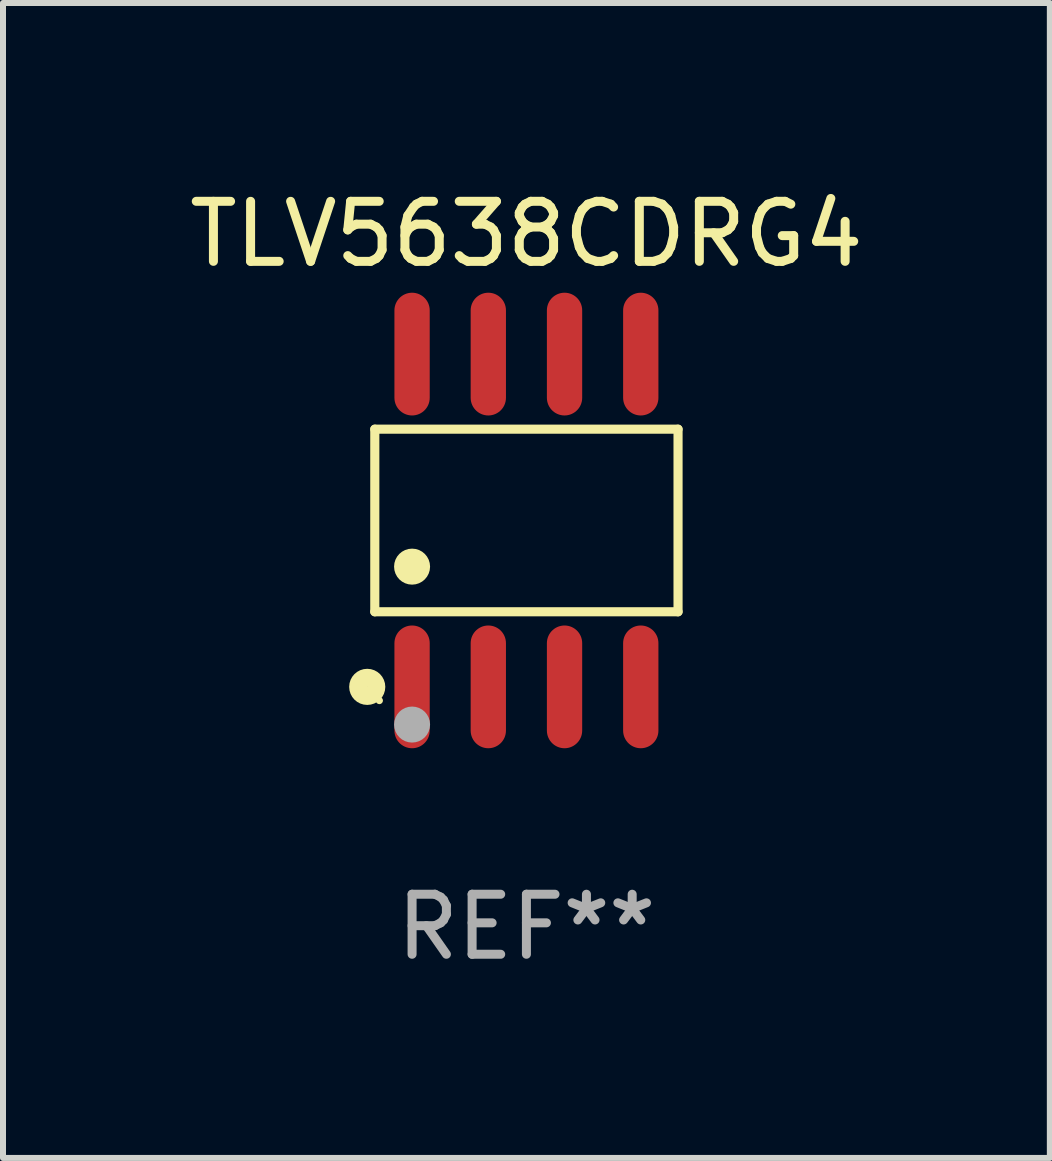
<source format=kicad_pcb>
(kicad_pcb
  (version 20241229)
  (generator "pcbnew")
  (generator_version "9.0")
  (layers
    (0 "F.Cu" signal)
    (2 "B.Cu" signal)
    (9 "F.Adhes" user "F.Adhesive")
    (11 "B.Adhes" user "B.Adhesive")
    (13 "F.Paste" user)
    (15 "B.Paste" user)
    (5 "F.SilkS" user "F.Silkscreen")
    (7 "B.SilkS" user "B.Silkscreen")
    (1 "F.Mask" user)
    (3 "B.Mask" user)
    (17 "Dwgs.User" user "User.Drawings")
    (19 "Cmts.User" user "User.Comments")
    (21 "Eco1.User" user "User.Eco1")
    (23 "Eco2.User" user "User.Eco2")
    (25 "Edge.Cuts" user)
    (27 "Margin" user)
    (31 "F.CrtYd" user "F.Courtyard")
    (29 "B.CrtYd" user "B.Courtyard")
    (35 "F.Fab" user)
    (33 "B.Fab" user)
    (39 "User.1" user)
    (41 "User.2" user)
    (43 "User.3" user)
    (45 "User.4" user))
  (footprint "TLV5638CDRG4"
    (layer "F.Cu")
    (at 5.72 5.621)
    (property "Reference" "TLV5638CDRG4" (at 0 -4.772 0) (layer "F.SilkS") (effects (font (size 1 1) (thickness 0.15))))
    (attr through_hole)
    (fp_line (start -2.526 -1.521) (end 2.526 -1.521) (stroke (width 0.152) (type solid)) (layer "F.SilkS"))
    (fp_line (start -2.526 1.521) (end -2.526 -1.521) (stroke (width 0.152) (type solid)) (layer "F.SilkS"))
    (fp_line (start 2.526 -1.521) (end 2.526 1.521) (stroke (width 0.152) (type solid)) (layer "F.SilkS"))
    (fp_line (start 2.526 1.521) (end -2.526 1.521) (stroke (width 0.152) (type solid)) (layer "F.SilkS"))
    (fp_circle (center -2.652 2.772) (end -2.501 2.772) (stroke (width 0.3) (type solid)) (fill no) (layer "F.SilkS"))
    (fp_circle (center -2.45 3) (end -2.42 3) (stroke (width 0.06) (type solid)) (fill no) (layer "F.SilkS"))
    (fp_circle (center -1.905 0.769) (end -1.755 0.769) (stroke (width 0.3) (type solid)) (fill no) (layer "F.SilkS"))
    (fp_circle (center -1.905 3.4) (end -1.755 3.4) (stroke (width 0.3) (type solid)) (fill no) (layer "F.Fab"))
    (fp_text user "REF**" (at 0 6.772 0) (layer "F.Fab") (effects (font (size 1 1) (thickness 0.15))))
    (pad "1" smd oval (at -1.905 2.772) (size 0.588 2.045) (layers "F.Cu" "F.Mask" "F.Paste"))
    (pad "2" smd oval (at -0.635 2.772) (size 0.588 2.045) (layers "F.Cu" "F.Mask" "F.Paste"))
    (pad "3" smd oval (at 0.635 2.772) (size 0.588 2.045) (layers "F.Cu" "F.Mask" "F.Paste"))
    (pad "4" smd oval (at 1.905 2.772) (size 0.588 2.045) (layers "F.Cu" "F.Mask" "F.Paste"))
    (pad "5" smd oval (at 1.905 -2.772) (size 0.588 2.045) (layers "F.Cu" "F.Mask" "F.Paste"))
    (pad "6" smd oval (at 0.635 -2.772) (size 0.588 2.045) (layers "F.Cu" "F.Mask" "F.Paste"))
    (pad "7" smd oval (at -0.635 -2.772) (size 0.588 2.045) (layers "F.Cu" "F.Mask" "F.Paste"))
    (pad "8" smd oval (at -1.905 -2.772) (size 0.588 2.045) (layers "F.Cu" "F.Mask" "F.Paste")))
  (gr_rect
    (start -3 -3)
    (end 14.44 16.241)
    (stroke (width 0.1) (type default))
    (fill no)
    (layer "Edge.Cuts")))
</source>
